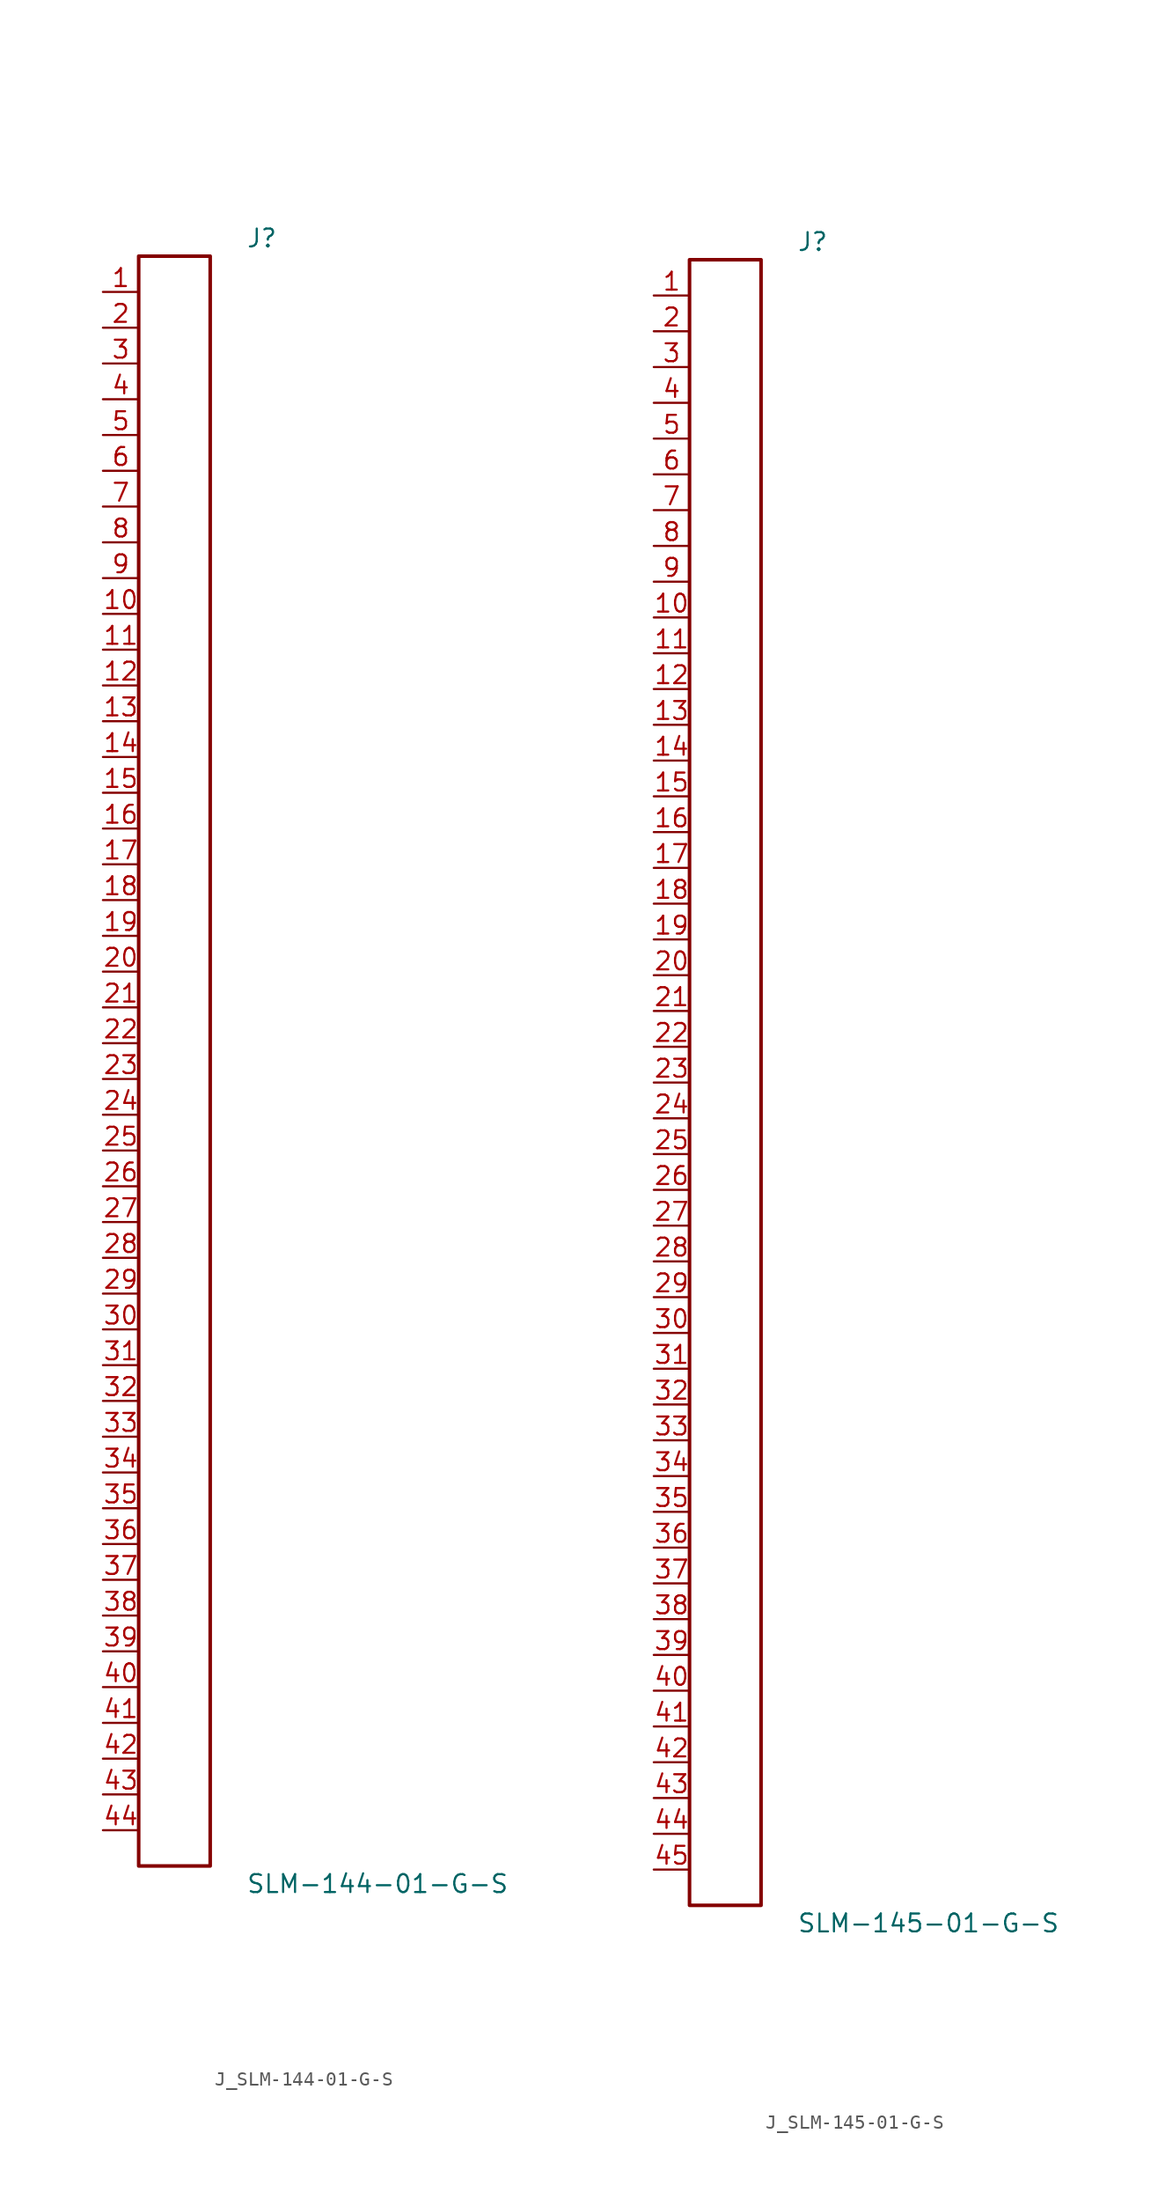
<source format=kicad_sym>
(kicad_symbol_lib
  (version 20231120)
  (generator kicad_symbol_editor)
  (generator_version 8.0)
  (symbol "J_SLM-144-01-G-S"
    (pin_names
      (offset 0.254))
    (property "Reference" "J"
      (at 5.08 58.42 0)
      (effects (font (size 1.27 1.27)) (justify left)))
    (property "Value" "SLM-144-01-G-S"
      (at 5.08 -58.42 0)
      (effects (font (size 1.27 1.27)) (justify left)))
    (symbol "J_SLM-144-01-G-S_0_0"
      (pin passive line (at -5.08 54.61 0) (length 2.54) (name "" (effects (font (size 1.27 1.27)))) (number "1" (effects (font (size 1.27 1.27)))))
      (pin passive line (at -5.08 52.07 0) (length 2.54) (name "" (effects (font (size 1.27 1.27)))) (number "2" (effects (font (size 1.27 1.27)))))
      (pin passive line (at -5.08 49.53 0) (length 2.54) (name "" (effects (font (size 1.27 1.27)))) (number "3" (effects (font (size 1.27 1.27)))))
      (pin passive line (at -5.08 46.99 0) (length 2.54) (name "" (effects (font (size 1.27 1.27)))) (number "4" (effects (font (size 1.27 1.27)))))
      (pin passive line (at -5.08 44.45 0) (length 2.54) (name "" (effects (font (size 1.27 1.27)))) (number "5" (effects (font (size 1.27 1.27)))))
      (pin passive line (at -5.08 41.91 0) (length 2.54) (name "" (effects (font (size 1.27 1.27)))) (number "6" (effects (font (size 1.27 1.27)))))
      (pin passive line (at -5.08 39.37 0) (length 2.54) (name "" (effects (font (size 1.27 1.27)))) (number "7" (effects (font (size 1.27 1.27)))))
      (pin passive line (at -5.08 36.83 0) (length 2.54) (name "" (effects (font (size 1.27 1.27)))) (number "8" (effects (font (size 1.27 1.27)))))
      (pin passive line (at -5.08 34.29 0) (length 2.54) (name "" (effects (font (size 1.27 1.27)))) (number "9" (effects (font (size 1.27 1.27)))))
      (pin passive line (at -5.08 31.75 0) (length 2.54) (name "" (effects (font (size 1.27 1.27)))) (number "10" (effects (font (size 1.27 1.27)))))
      (pin passive line (at -5.08 29.21 0) (length 2.54) (name "" (effects (font (size 1.27 1.27)))) (number "11" (effects (font (size 1.27 1.27)))))
      (pin passive line (at -5.08 26.67 0) (length 2.54) (name "" (effects (font (size 1.27 1.27)))) (number "12" (effects (font (size 1.27 1.27)))))
      (pin passive line (at -5.08 24.13 0) (length 2.54) (name "" (effects (font (size 1.27 1.27)))) (number "13" (effects (font (size 1.27 1.27)))))
      (pin passive line (at -5.08 21.59 0) (length 2.54) (name "" (effects (font (size 1.27 1.27)))) (number "14" (effects (font (size 1.27 1.27)))))
      (pin passive line (at -5.08 19.05 0) (length 2.54) (name "" (effects (font (size 1.27 1.27)))) (number "15" (effects (font (size 1.27 1.27)))))
      (pin passive line (at -5.08 16.51 0) (length 2.54) (name "" (effects (font (size 1.27 1.27)))) (number "16" (effects (font (size 1.27 1.27)))))
      (pin passive line (at -5.08 13.97 0) (length 2.54) (name "" (effects (font (size 1.27 1.27)))) (number "17" (effects (font (size 1.27 1.27)))))
      (pin passive line (at -5.08 11.43 0) (length 2.54) (name "" (effects (font (size 1.27 1.27)))) (number "18" (effects (font (size 1.27 1.27)))))
      (pin passive line (at -5.08 8.89 0) (length 2.54) (name "" (effects (font (size 1.27 1.27)))) (number "19" (effects (font (size 1.27 1.27)))))
      (pin passive line (at -5.08 6.35 0) (length 2.54) (name "" (effects (font (size 1.27 1.27)))) (number "20" (effects (font (size 1.27 1.27)))))
      (pin passive line (at -5.08 3.81 0) (length 2.54) (name "" (effects (font (size 1.27 1.27)))) (number "21" (effects (font (size 1.27 1.27)))))
      (pin passive line (at -5.08 1.27 0) (length 2.54) (name "" (effects (font (size 1.27 1.27)))) (number "22" (effects (font (size 1.27 1.27)))))
      (pin passive line (at -5.08 -1.27 0) (length 2.54) (name "" (effects (font (size 1.27 1.27)))) (number "23" (effects (font (size 1.27 1.27)))))
      (pin passive line (at -5.08 -3.81 0) (length 2.54) (name "" (effects (font (size 1.27 1.27)))) (number "24" (effects (font (size 1.27 1.27)))))
      (pin passive line (at -5.08 -6.35 0) (length 2.54) (name "" (effects (font (size 1.27 1.27)))) (number "25" (effects (font (size 1.27 1.27)))))
      (pin passive line (at -5.08 -8.89 0) (length 2.54) (name "" (effects (font (size 1.27 1.27)))) (number "26" (effects (font (size 1.27 1.27)))))
      (pin passive line (at -5.08 -11.43 0) (length 2.54) (name "" (effects (font (size 1.27 1.27)))) (number "27" (effects (font (size 1.27 1.27)))))
      (pin passive line (at -5.08 -13.97 0) (length 2.54) (name "" (effects (font (size 1.27 1.27)))) (number "28" (effects (font (size 1.27 1.27)))))
      (pin passive line (at -5.08 -16.51 0) (length 2.54) (name "" (effects (font (size 1.27 1.27)))) (number "29" (effects (font (size 1.27 1.27)))))
      (pin passive line (at -5.08 -19.05 0) (length 2.54) (name "" (effects (font (size 1.27 1.27)))) (number "30" (effects (font (size 1.27 1.27)))))
      (pin passive line (at -5.08 -21.59 0) (length 2.54) (name "" (effects (font (size 1.27 1.27)))) (number "31" (effects (font (size 1.27 1.27)))))
      (pin passive line (at -5.08 -24.13 0) (length 2.54) (name "" (effects (font (size 1.27 1.27)))) (number "32" (effects (font (size 1.27 1.27)))))
      (pin passive line (at -5.08 -26.67 0) (length 2.54) (name "" (effects (font (size 1.27 1.27)))) (number "33" (effects (font (size 1.27 1.27)))))
      (pin passive line (at -5.08 -29.21 0) (length 2.54) (name "" (effects (font (size 1.27 1.27)))) (number "34" (effects (font (size 1.27 1.27)))))
      (pin passive line (at -5.08 -31.75 0) (length 2.54) (name "" (effects (font (size 1.27 1.27)))) (number "35" (effects (font (size 1.27 1.27)))))
      (pin passive line (at -5.08 -34.29 0) (length 2.54) (name "" (effects (font (size 1.27 1.27)))) (number "36" (effects (font (size 1.27 1.27)))))
      (pin passive line (at -5.08 -36.83 0) (length 2.54) (name "" (effects (font (size 1.27 1.27)))) (number "37" (effects (font (size 1.27 1.27)))))
      (pin passive line (at -5.08 -39.37 0) (length 2.54) (name "" (effects (font (size 1.27 1.27)))) (number "38" (effects (font (size 1.27 1.27)))))
      (pin passive line (at -5.08 -41.91 0) (length 2.54) (name "" (effects (font (size 1.27 1.27)))) (number "39" (effects (font (size 1.27 1.27)))))
      (pin passive line (at -5.08 -44.45 0) (length 2.54) (name "" (effects (font (size 1.27 1.27)))) (number "40" (effects (font (size 1.27 1.27)))))
      (pin passive line (at -5.08 -46.99 0) (length 2.54) (name "" (effects (font (size 1.27 1.27)))) (number "41" (effects (font (size 1.27 1.27)))))
      (pin passive line (at -5.08 -49.53 0) (length 2.54) (name "" (effects (font (size 1.27 1.27)))) (number "42" (effects (font (size 1.27 1.27)))))
      (pin passive line (at -5.08 -52.07 0) (length 2.54) (name "" (effects (font (size 1.27 1.27)))) (number "43" (effects (font (size 1.27 1.27)))))
      (pin passive line (at -5.08 -54.61 0) (length 2.54) (name "" (effects (font (size 1.27 1.27)))) (number "44" (effects (font (size 1.27 1.27))))))
    (symbol "J_SLM-144-01-G-S_1_0"
      (rectangle (start -2.54 57.15) (end 2.54 -57.15) (stroke (width 0.254) (type solid)) (fill (type none)))))
  (symbol "J_SLM-145-01-G-S"
    (pin_names
      (offset 0.254))
    (property "Reference" "J"
      (at 5.08 59.69 0)
      (effects (font (size 1.27 1.27)) (justify left)))
    (property "Value" "SLM-145-01-G-S"
      (at 5.08 -59.69 0)
      (effects (font (size 1.27 1.27)) (justify left)))
    (symbol "J_SLM-145-01-G-S_0_0"
      (pin passive line (at -5.08 55.88 0) (length 2.54) (name "" (effects (font (size 1.27 1.27)))) (number "1" (effects (font (size 1.27 1.27)))))
      (pin passive line (at -5.08 53.34 0) (length 2.54) (name "" (effects (font (size 1.27 1.27)))) (number "2" (effects (font (size 1.27 1.27)))))
      (pin passive line (at -5.08 50.8 0) (length 2.54) (name "" (effects (font (size 1.27 1.27)))) (number "3" (effects (font (size 1.27 1.27)))))
      (pin passive line (at -5.08 48.26 0) (length 2.54) (name "" (effects (font (size 1.27 1.27)))) (number "4" (effects (font (size 1.27 1.27)))))
      (pin passive line (at -5.08 45.72 0) (length 2.54) (name "" (effects (font (size 1.27 1.27)))) (number "5" (effects (font (size 1.27 1.27)))))
      (pin passive line (at -5.08 43.18 0) (length 2.54) (name "" (effects (font (size 1.27 1.27)))) (number "6" (effects (font (size 1.27 1.27)))))
      (pin passive line (at -5.08 40.64 0) (length 2.54) (name "" (effects (font (size 1.27 1.27)))) (number "7" (effects (font (size 1.27 1.27)))))
      (pin passive line (at -5.08 38.1 0) (length 2.54) (name "" (effects (font (size 1.27 1.27)))) (number "8" (effects (font (size 1.27 1.27)))))
      (pin passive line (at -5.08 35.56 0) (length 2.54) (name "" (effects (font (size 1.27 1.27)))) (number "9" (effects (font (size 1.27 1.27)))))
      (pin passive line (at -5.08 33.02 0) (length 2.54) (name "" (effects (font (size 1.27 1.27)))) (number "10" (effects (font (size 1.27 1.27)))))
      (pin passive line (at -5.08 30.48 0) (length 2.54) (name "" (effects (font (size 1.27 1.27)))) (number "11" (effects (font (size 1.27 1.27)))))
      (pin passive line (at -5.08 27.94 0) (length 2.54) (name "" (effects (font (size 1.27 1.27)))) (number "12" (effects (font (size 1.27 1.27)))))
      (pin passive line (at -5.08 25.4 0) (length 2.54) (name "" (effects (font (size 1.27 1.27)))) (number "13" (effects (font (size 1.27 1.27)))))
      (pin passive line (at -5.08 22.86 0) (length 2.54) (name "" (effects (font (size 1.27 1.27)))) (number "14" (effects (font (size 1.27 1.27)))))
      (pin passive line (at -5.08 20.32 0) (length 2.54) (name "" (effects (font (size 1.27 1.27)))) (number "15" (effects (font (size 1.27 1.27)))))
      (pin passive line (at -5.08 17.78 0) (length 2.54) (name "" (effects (font (size 1.27 1.27)))) (number "16" (effects (font (size 1.27 1.27)))))
      (pin passive line (at -5.08 15.24 0) (length 2.54) (name "" (effects (font (size 1.27 1.27)))) (number "17" (effects (font (size 1.27 1.27)))))
      (pin passive line (at -5.08 12.7 0) (length 2.54) (name "" (effects (font (size 1.27 1.27)))) (number "18" (effects (font (size 1.27 1.27)))))
      (pin passive line (at -5.08 10.16 0) (length 2.54) (name "" (effects (font (size 1.27 1.27)))) (number "19" (effects (font (size 1.27 1.27)))))
      (pin passive line (at -5.08 7.62 0) (length 2.54) (name "" (effects (font (size 1.27 1.27)))) (number "20" (effects (font (size 1.27 1.27)))))
      (pin passive line (at -5.08 5.08 0) (length 2.54) (name "" (effects (font (size 1.27 1.27)))) (number "21" (effects (font (size 1.27 1.27)))))
      (pin passive line (at -5.08 2.54 0) (length 2.54) (name "" (effects (font (size 1.27 1.27)))) (number "22" (effects (font (size 1.27 1.27)))))
      (pin passive line (at -5.08 0.0 0) (length 2.54) (name "" (effects (font (size 1.27 1.27)))) (number "23" (effects (font (size 1.27 1.27)))))
      (pin passive line (at -5.08 -2.54 0) (length 2.54) (name "" (effects (font (size 1.27 1.27)))) (number "24" (effects (font (size 1.27 1.27)))))
      (pin passive line (at -5.08 -5.08 0) (length 2.54) (name "" (effects (font (size 1.27 1.27)))) (number "25" (effects (font (size 1.27 1.27)))))
      (pin passive line (at -5.08 -7.62 0) (length 2.54) (name "" (effects (font (size 1.27 1.27)))) (number "26" (effects (font (size 1.27 1.27)))))
      (pin passive line (at -5.08 -10.16 0) (length 2.54) (name "" (effects (font (size 1.27 1.27)))) (number "27" (effects (font (size 1.27 1.27)))))
      (pin passive line (at -5.08 -12.7 0) (length 2.54) (name "" (effects (font (size 1.27 1.27)))) (number "28" (effects (font (size 1.27 1.27)))))
      (pin passive line (at -5.08 -15.24 0) (length 2.54) (name "" (effects (font (size 1.27 1.27)))) (number "29" (effects (font (size 1.27 1.27)))))
      (pin passive line (at -5.08 -17.78 0) (length 2.54) (name "" (effects (font (size 1.27 1.27)))) (number "30" (effects (font (size 1.27 1.27)))))
      (pin passive line (at -5.08 -20.32 0) (length 2.54) (name "" (effects (font (size 1.27 1.27)))) (number "31" (effects (font (size 1.27 1.27)))))
      (pin passive line (at -5.08 -22.86 0) (length 2.54) (name "" (effects (font (size 1.27 1.27)))) (number "32" (effects (font (size 1.27 1.27)))))
      (pin passive line (at -5.08 -25.4 0) (length 2.54) (name "" (effects (font (size 1.27 1.27)))) (number "33" (effects (font (size 1.27 1.27)))))
      (pin passive line (at -5.08 -27.94 0) (length 2.54) (name "" (effects (font (size 1.27 1.27)))) (number "34" (effects (font (size 1.27 1.27)))))
      (pin passive line (at -5.08 -30.48 0) (length 2.54) (name "" (effects (font (size 1.27 1.27)))) (number "35" (effects (font (size 1.27 1.27)))))
      (pin passive line (at -5.08 -33.02 0) (length 2.54) (name "" (effects (font (size 1.27 1.27)))) (number "36" (effects (font (size 1.27 1.27)))))
      (pin passive line (at -5.08 -35.56 0) (length 2.54) (name "" (effects (font (size 1.27 1.27)))) (number "37" (effects (font (size 1.27 1.27)))))
      (pin passive line (at -5.08 -38.1 0) (length 2.54) (name "" (effects (font (size 1.27 1.27)))) (number "38" (effects (font (size 1.27 1.27)))))
      (pin passive line (at -5.08 -40.64 0) (length 2.54) (name "" (effects (font (size 1.27 1.27)))) (number "39" (effects (font (size 1.27 1.27)))))
      (pin passive line (at -5.08 -43.18 0) (length 2.54) (name "" (effects (font (size 1.27 1.27)))) (number "40" (effects (font (size 1.27 1.27)))))
      (pin passive line (at -5.08 -45.72 0) (length 2.54) (name "" (effects (font (size 1.27 1.27)))) (number "41" (effects (font (size 1.27 1.27)))))
      (pin passive line (at -5.08 -48.26 0) (length 2.54) (name "" (effects (font (size 1.27 1.27)))) (number "42" (effects (font (size 1.27 1.27)))))
      (pin passive line (at -5.08 -50.8 0) (length 2.54) (name "" (effects (font (size 1.27 1.27)))) (number "43" (effects (font (size 1.27 1.27)))))
      (pin passive line (at -5.08 -53.34 0) (length 2.54) (name "" (effects (font (size 1.27 1.27)))) (number "44" (effects (font (size 1.27 1.27)))))
      (pin passive line (at -5.08 -55.88 0) (length 2.54) (name "" (effects (font (size 1.27 1.27)))) (number "45" (effects (font (size 1.27 1.27))))))
    (symbol "J_SLM-145-01-G-S_1_0"
      (rectangle (start -2.54 58.42) (end 2.54 -58.42) (stroke (width 0.254) (type solid)) (fill (type none))))))
</source>
